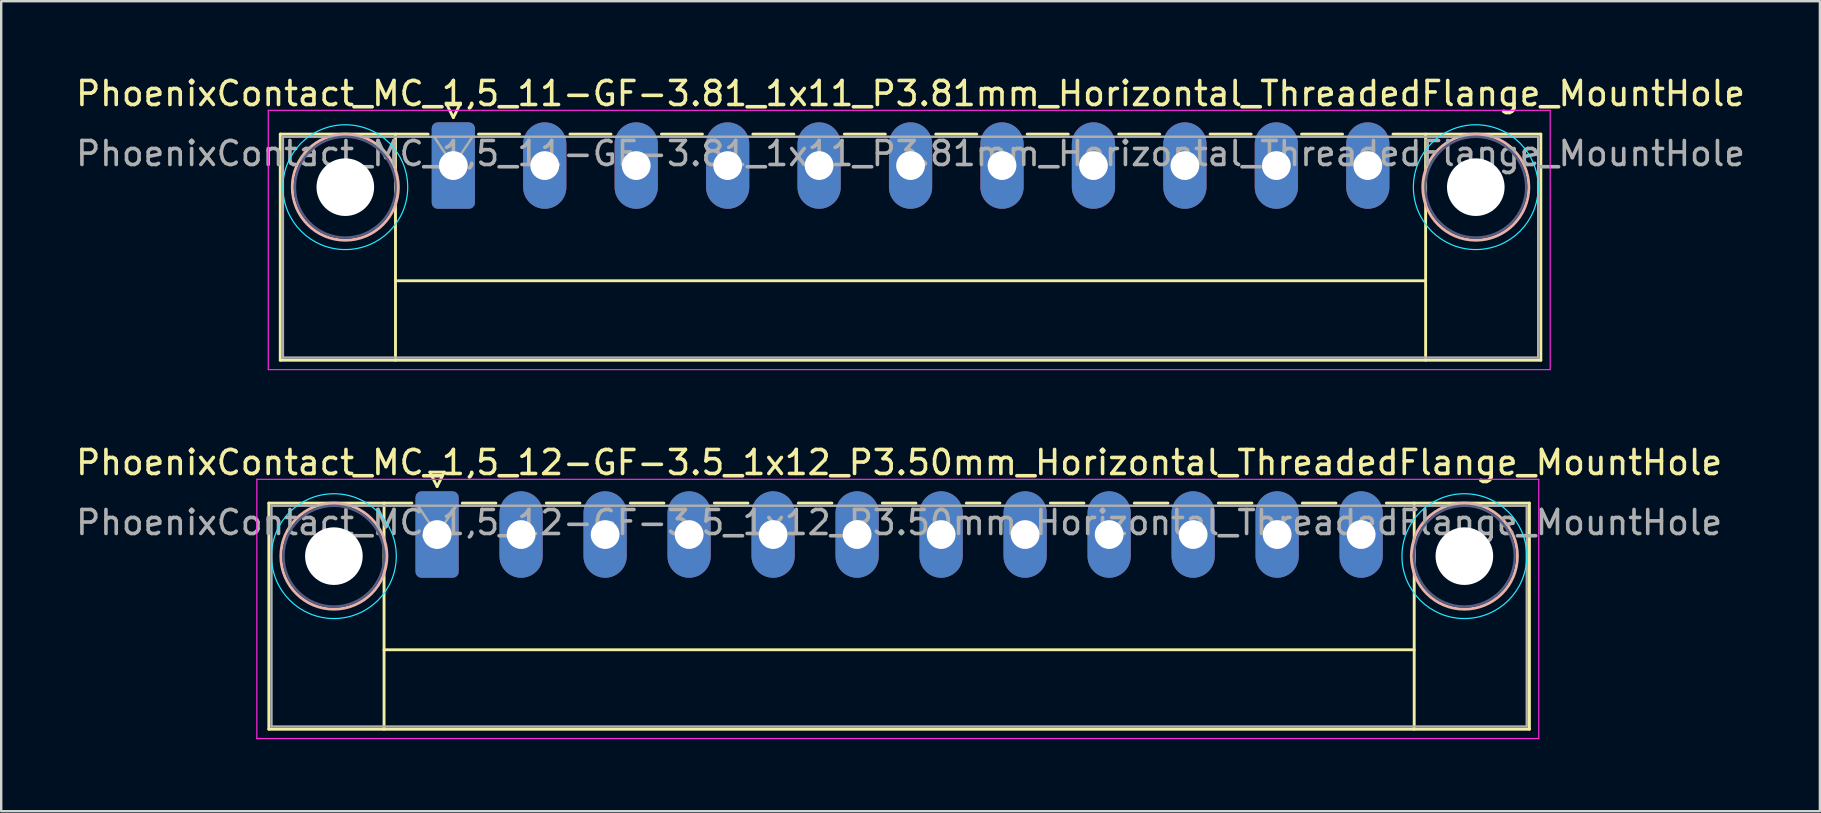
<source format=kicad_pcb>
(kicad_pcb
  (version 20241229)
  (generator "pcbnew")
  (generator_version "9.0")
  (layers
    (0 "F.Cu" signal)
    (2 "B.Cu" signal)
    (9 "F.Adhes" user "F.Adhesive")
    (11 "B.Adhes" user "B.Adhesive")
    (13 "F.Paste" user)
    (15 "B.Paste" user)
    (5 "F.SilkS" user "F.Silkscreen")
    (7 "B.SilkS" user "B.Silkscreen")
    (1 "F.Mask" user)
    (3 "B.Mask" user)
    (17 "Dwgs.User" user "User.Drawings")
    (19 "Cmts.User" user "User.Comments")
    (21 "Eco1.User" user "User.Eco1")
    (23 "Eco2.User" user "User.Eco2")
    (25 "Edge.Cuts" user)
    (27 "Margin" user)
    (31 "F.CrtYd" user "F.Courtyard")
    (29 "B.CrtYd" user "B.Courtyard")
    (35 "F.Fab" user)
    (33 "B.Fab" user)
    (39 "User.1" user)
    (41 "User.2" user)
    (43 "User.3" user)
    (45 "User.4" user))
  (footprint "PhoenixContact_MC_1,5_12-GF-3.5_1x12_P3.50mm_Horizontal_ThreadedFlange_MountHole"
    (layer "F.Cu")
    (at 15.161 19.221)
    (property "Reference" "PhoenixContact_MC_1,5_12-GF-3.5_1x12_P3.50mm_Horizontal_ThreadedFlange_MountHole" (at 19.25 -3 0) (layer "F.SilkS") (effects (font (size 1 1) (thickness 0.15))))
    (attr through_hole)
    (fp_line (start -7.01 -1.31) (end -7.01 8.11) (stroke (width 0.12) (type solid)) (layer "F.SilkS"))
    (fp_line (start -7.01 -1.31) (end -1.05 -1.31) (stroke (width 0.12) (type solid)) (layer "F.SilkS"))
    (fp_line (start -7.01 8.11) (end 45.51 8.11) (stroke (width 0.12) (type solid)) (layer "F.SilkS"))
    (fp_line (start -2.21 -1.31) (end -2.21 8.11) (stroke (width 0.12) (type solid)) (layer "F.SilkS"))
    (fp_line (start -2.21 4.8) (end 40.71 4.8) (stroke (width 0.12) (type solid)) (layer "F.SilkS"))
    (fp_line (start -0.3 -2.6) (end 0.3 -2.6) (stroke (width 0.12) (type solid)) (layer "F.SilkS"))
    (fp_line (start 0 -2) (end -0.3 -2.6) (stroke (width 0.12) (type solid)) (layer "F.SilkS"))
    (fp_line (start 0.3 -2.6) (end 0 -2) (stroke (width 0.12) (type solid)) (layer "F.SilkS"))
    (fp_line (start 1.05 -1.31) (end 2.45 -1.31) (stroke (width 0.12) (type solid)) (layer "F.SilkS"))
    (fp_line (start 4.55 -1.31) (end 5.95 -1.31) (stroke (width 0.12) (type solid)) (layer "F.SilkS"))
    (fp_line (start 8.05 -1.31) (end 9.45 -1.31) (stroke (width 0.12) (type solid)) (layer "F.SilkS"))
    (fp_line (start 11.55 -1.31) (end 12.95 -1.31) (stroke (width 0.12) (type solid)) (layer "F.SilkS"))
    (fp_line (start 15.05 -1.31) (end 16.45 -1.31) (stroke (width 0.12) (type solid)) (layer "F.SilkS"))
    (fp_line (start 18.55 -1.31) (end 19.95 -1.31) (stroke (width 0.12) (type solid)) (layer "F.SilkS"))
    (fp_line (start 22.05 -1.31) (end 23.45 -1.31) (stroke (width 0.12) (type solid)) (layer "F.SilkS"))
    (fp_line (start 25.55 -1.31) (end 26.95 -1.31) (stroke (width 0.12) (type solid)) (layer "F.SilkS"))
    (fp_line (start 29.05 -1.31) (end 30.45 -1.31) (stroke (width 0.12) (type solid)) (layer "F.SilkS"))
    (fp_line (start 32.55 -1.31) (end 33.95 -1.31) (stroke (width 0.12) (type solid)) (layer "F.SilkS"))
    (fp_line (start 36.05 -1.31) (end 37.45 -1.31) (stroke (width 0.12) (type solid)) (layer "F.SilkS"))
    (fp_line (start 40.71 -1.31) (end 40.71 8.11) (stroke (width 0.12) (type solid)) (layer "F.SilkS"))
    (fp_line (start 45.51 -1.31) (end 39.55 -1.31) (stroke (width 0.12) (type solid)) (layer "F.SilkS"))
    (fp_line (start 45.51 8.11) (end 45.51 -1.31) (stroke (width 0.12) (type solid)) (layer "F.SilkS"))
    (fp_circle (center -4.3 0.9) (end -2.09 0.9) (stroke (width 0.12) (type solid)) (fill no) (layer "B.SilkS"))
    (fp_circle (center 42.8 0.9) (end 45.01 0.9) (stroke (width 0.12) (type solid)) (fill no) (layer "B.SilkS"))
    (fp_circle (center -4.3 0.9) (end -1.7 0.9) (stroke (width 0.05) (type solid)) (fill no) (layer "B.CrtYd"))
    (fp_circle (center 42.8 0.9) (end 45.4 0.9) (stroke (width 0.05) (type solid)) (fill no) (layer "B.CrtYd"))
    (fp_line (start -7.51 -2.3) (end -7.51 8.5) (stroke (width 0.05) (type solid)) (layer "F.CrtYd"))
    (fp_line (start -7.51 8.5) (end 45.9 8.5) (stroke (width 0.05) (type solid)) (layer "F.CrtYd"))
    (fp_line (start 45.9 -2.3) (end -7.51 -2.3) (stroke (width 0.05) (type solid)) (layer "F.CrtYd"))
    (fp_line (start 45.9 8.5) (end 45.9 -2.3) (stroke (width 0.05) (type solid)) (layer "F.CrtYd"))
    (fp_circle (center -4.3 0.9) (end -2.2 0.9) (stroke (width 0.1) (type solid)) (fill no) (layer "B.Fab"))
    (fp_circle (center 42.8 0.9) (end 44.9 0.9) (stroke (width 0.1) (type solid)) (fill no) (layer "B.Fab"))
    (fp_line (start -6.9 -1.2) (end -6.9 8) (stroke (width 0.1) (type solid)) (layer "F.Fab"))
    (fp_line (start -6.9 8) (end 45.4 8) (stroke (width 0.1) (type solid)) (layer "F.Fab"))
    (fp_line (start 0 0) (end -0.8 -1.2) (stroke (width 0.1) (type solid)) (layer "F.Fab"))
    (fp_line (start 0.8 -1.2) (end 0 0) (stroke (width 0.1) (type solid)) (layer "F.Fab"))
    (fp_line (start 45.4 -1.2) (end -6.9 -1.2) (stroke (width 0.1) (type solid)) (layer "F.Fab"))
    (fp_line (start 45.4 8) (end 45.4 -1.2) (stroke (width 0.1) (type solid)) (layer "F.Fab"))
    (fp_text user "${REFERENCE}" (at 19.25 -0.5 0) (layer "F.Fab") (effects (font (size 1 1) (thickness 0.15))))
    (pad "" np_thru_hole circle (at -4.3 0.9) (size 2.4 2.4) (drill 2.4) (layers "*.Cu" "*.Mask"))
    (pad "" np_thru_hole circle (at 42.8 0.9) (size 2.4 2.4) (drill 2.4) (layers "*.Cu" "*.Mask"))
    (pad "1" thru_hole roundrect (at 0 0) (size 1.8 3.6) (drill 1.2) (layers "*.Cu" "*.Mask") (roundrect_rratio 0.139))
    (pad "2" thru_hole oval (at 3.5 0) (size 1.8 3.6) (drill 1.2) (layers "*.Cu" "*.Mask"))
    (pad "3" thru_hole oval (at 7 0) (size 1.8 3.6) (drill 1.2) (layers "*.Cu" "*.Mask"))
    (pad "4" thru_hole oval (at 10.5 0) (size 1.8 3.6) (drill 1.2) (layers "*.Cu" "*.Mask"))
    (pad "5" thru_hole oval (at 14 0) (size 1.8 3.6) (drill 1.2) (layers "*.Cu" "*.Mask"))
    (pad "6" thru_hole oval (at 17.5 0) (size 1.8 3.6) (drill 1.2) (layers "*.Cu" "*.Mask"))
    (pad "7" thru_hole oval (at 21 0) (size 1.8 3.6) (drill 1.2) (layers "*.Cu" "*.Mask"))
    (pad "8" thru_hole oval (at 24.5 0) (size 1.8 3.6) (drill 1.2) (layers "*.Cu" "*.Mask"))
    (pad "9" thru_hole oval (at 28 0) (size 1.8 3.6) (drill 1.2) (layers "*.Cu" "*.Mask"))
    (pad "10" thru_hole oval (at 31.5 0) (size 1.8 3.6) (drill 1.2) (layers "*.Cu" "*.Mask"))
    (pad "11" thru_hole oval (at 35 0) (size 1.8 3.6) (drill 1.2) (layers "*.Cu" "*.Mask"))
    (pad "12" thru_hole oval (at 38.5 0) (size 1.8 3.6) (drill 1.2) (layers "*.Cu" "*.Mask")))
  (footprint "PhoenixContact_MC_1,5_11-GF-3.81_1x11_P3.81mm_Horizontal_ThreadedFlange_MountHole"
    (layer "F.Cu")
    (at 15.837 3.848)
    (property "Reference" "PhoenixContact_MC_1,5_11-GF-3.81_1x11_P3.81mm_Horizontal_ThreadedFlange_MountHole" (at 19.05 -3 0) (layer "F.SilkS") (effects (font (size 1 1) (thickness 0.15))))
    (attr through_hole)
    (fp_line (start -7.21 -1.31) (end -7.21 8.11) (stroke (width 0.12) (type solid)) (layer "F.SilkS"))
    (fp_line (start -7.21 -1.31) (end -1.05 -1.31) (stroke (width 0.12) (type solid)) (layer "F.SilkS"))
    (fp_line (start -7.21 8.11) (end 45.31 8.11) (stroke (width 0.12) (type solid)) (layer "F.SilkS"))
    (fp_line (start -2.41 -1.31) (end -2.41 8.11) (stroke (width 0.12) (type solid)) (layer "F.SilkS"))
    (fp_line (start -2.41 4.8) (end 40.51 4.8) (stroke (width 0.12) (type solid)) (layer "F.SilkS"))
    (fp_line (start -0.3 -2.6) (end 0.3 -2.6) (stroke (width 0.12) (type solid)) (layer "F.SilkS"))
    (fp_line (start 0 -2) (end -0.3 -2.6) (stroke (width 0.12) (type solid)) (layer "F.SilkS"))
    (fp_line (start 0.3 -2.6) (end 0 -2) (stroke (width 0.12) (type solid)) (layer "F.SilkS"))
    (fp_line (start 1.05 -1.31) (end 2.76 -1.31) (stroke (width 0.12) (type solid)) (layer "F.SilkS"))
    (fp_line (start 4.86 -1.31) (end 6.57 -1.31) (stroke (width 0.12) (type solid)) (layer "F.SilkS"))
    (fp_line (start 8.67 -1.31) (end 10.38 -1.31) (stroke (width 0.12) (type solid)) (layer "F.SilkS"))
    (fp_line (start 12.48 -1.31) (end 14.19 -1.31) (stroke (width 0.12) (type solid)) (layer "F.SilkS"))
    (fp_line (start 16.29 -1.31) (end 18 -1.31) (stroke (width 0.12) (type solid)) (layer "F.SilkS"))
    (fp_line (start 20.1 -1.31) (end 21.81 -1.31) (stroke (width 0.12) (type solid)) (layer "F.SilkS"))
    (fp_line (start 23.91 -1.31) (end 25.62 -1.31) (stroke (width 0.12) (type solid)) (layer "F.SilkS"))
    (fp_line (start 27.72 -1.31) (end 29.43 -1.31) (stroke (width 0.12) (type solid)) (layer "F.SilkS"))
    (fp_line (start 31.53 -1.31) (end 33.24 -1.31) (stroke (width 0.12) (type solid)) (layer "F.SilkS"))
    (fp_line (start 35.34 -1.31) (end 37.05 -1.31) (stroke (width 0.12) (type solid)) (layer "F.SilkS"))
    (fp_line (start 40.51 -1.31) (end 40.51 8.11) (stroke (width 0.12) (type solid)) (layer "F.SilkS"))
    (fp_line (start 45.31 -1.31) (end 39.15 -1.31) (stroke (width 0.12) (type solid)) (layer "F.SilkS"))
    (fp_line (start 45.31 8.11) (end 45.31 -1.31) (stroke (width 0.12) (type solid)) (layer "F.SilkS"))
    (fp_circle (center -4.5 0.9) (end -2.29 0.9) (stroke (width 0.12) (type solid)) (fill no) (layer "B.SilkS"))
    (fp_circle (center 42.6 0.9) (end 44.81 0.9) (stroke (width 0.12) (type solid)) (fill no) (layer "B.SilkS"))
    (fp_circle (center -4.5 0.9) (end -1.9 0.9) (stroke (width 0.05) (type solid)) (fill no) (layer "B.CrtYd"))
    (fp_circle (center 42.6 0.9) (end 45.2 0.9) (stroke (width 0.05) (type solid)) (fill no) (layer "B.CrtYd"))
    (fp_line (start -7.71 -2.3) (end -7.71 8.5) (stroke (width 0.05) (type solid)) (layer "F.CrtYd"))
    (fp_line (start -7.71 8.5) (end 45.7 8.5) (stroke (width 0.05) (type solid)) (layer "F.CrtYd"))
    (fp_line (start 45.7 -2.3) (end -7.71 -2.3) (stroke (width 0.05) (type solid)) (layer "F.CrtYd"))
    (fp_line (start 45.7 8.5) (end 45.7 -2.3) (stroke (width 0.05) (type solid)) (layer "F.CrtYd"))
    (fp_circle (center -4.5 0.9) (end -2.4 0.9) (stroke (width 0.1) (type solid)) (fill no) (layer "B.Fab"))
    (fp_circle (center 42.6 0.9) (end 44.7 0.9) (stroke (width 0.1) (type solid)) (fill no) (layer "B.Fab"))
    (fp_line (start -7.1 -1.2) (end -7.1 8) (stroke (width 0.1) (type solid)) (layer "F.Fab"))
    (fp_line (start -7.1 8) (end 45.2 8) (stroke (width 0.1) (type solid)) (layer "F.Fab"))
    (fp_line (start 0 0) (end -0.8 -1.2) (stroke (width 0.1) (type solid)) (layer "F.Fab"))
    (fp_line (start 0.8 -1.2) (end 0 0) (stroke (width 0.1) (type solid)) (layer "F.Fab"))
    (fp_line (start 45.2 -1.2) (end -7.1 -1.2) (stroke (width 0.1) (type solid)) (layer "F.Fab"))
    (fp_line (start 45.2 8) (end 45.2 -1.2) (stroke (width 0.1) (type solid)) (layer "F.Fab"))
    (fp_text user "${REFERENCE}" (at 19.05 -0.5 0) (layer "F.Fab") (effects (font (size 1 1) (thickness 0.15))))
    (pad "" np_thru_hole circle (at -4.5 0.9) (size 2.4 2.4) (drill 2.4) (layers "*.Cu" "*.Mask"))
    (pad "" np_thru_hole circle (at 42.6 0.9) (size 2.4 2.4) (drill 2.4) (layers "*.Cu" "*.Mask"))
    (pad "1" thru_hole roundrect (at 0 0) (size 1.8 3.6) (drill 1.2) (layers "*.Cu" "*.Mask") (roundrect_rratio 0.139))
    (pad "2" thru_hole oval (at 3.81 0) (size 1.8 3.6) (drill 1.2) (layers "*.Cu" "*.Mask"))
    (pad "3" thru_hole oval (at 7.62 0) (size 1.8 3.6) (drill 1.2) (layers "*.Cu" "*.Mask"))
    (pad "4" thru_hole oval (at 11.43 0) (size 1.8 3.6) (drill 1.2) (layers "*.Cu" "*.Mask"))
    (pad "5" thru_hole oval (at 15.24 0) (size 1.8 3.6) (drill 1.2) (layers "*.Cu" "*.Mask"))
    (pad "6" thru_hole oval (at 19.05 0) (size 1.8 3.6) (drill 1.2) (layers "*.Cu" "*.Mask"))
    (pad "7" thru_hole oval (at 22.86 0) (size 1.8 3.6) (drill 1.2) (layers "*.Cu" "*.Mask"))
    (pad "8" thru_hole oval (at 26.67 0) (size 1.8 3.6) (drill 1.2) (layers "*.Cu" "*.Mask"))
    (pad "9" thru_hole oval (at 30.48 0) (size 1.8 3.6) (drill 1.2) (layers "*.Cu" "*.Mask"))
    (pad "10" thru_hole oval (at 34.29 0) (size 1.8 3.6) (drill 1.2) (layers "*.Cu" "*.Mask"))
    (pad "11" thru_hole oval (at 38.1 0) (size 1.8 3.6) (drill 1.2) (layers "*.Cu" "*.Mask")))
  (gr_rect
    (start -3 -3)
    (end 72.774 30.747)
    (stroke (width 0.1) (type default))
    (fill no)
    (layer "Edge.Cuts")))
</source>
